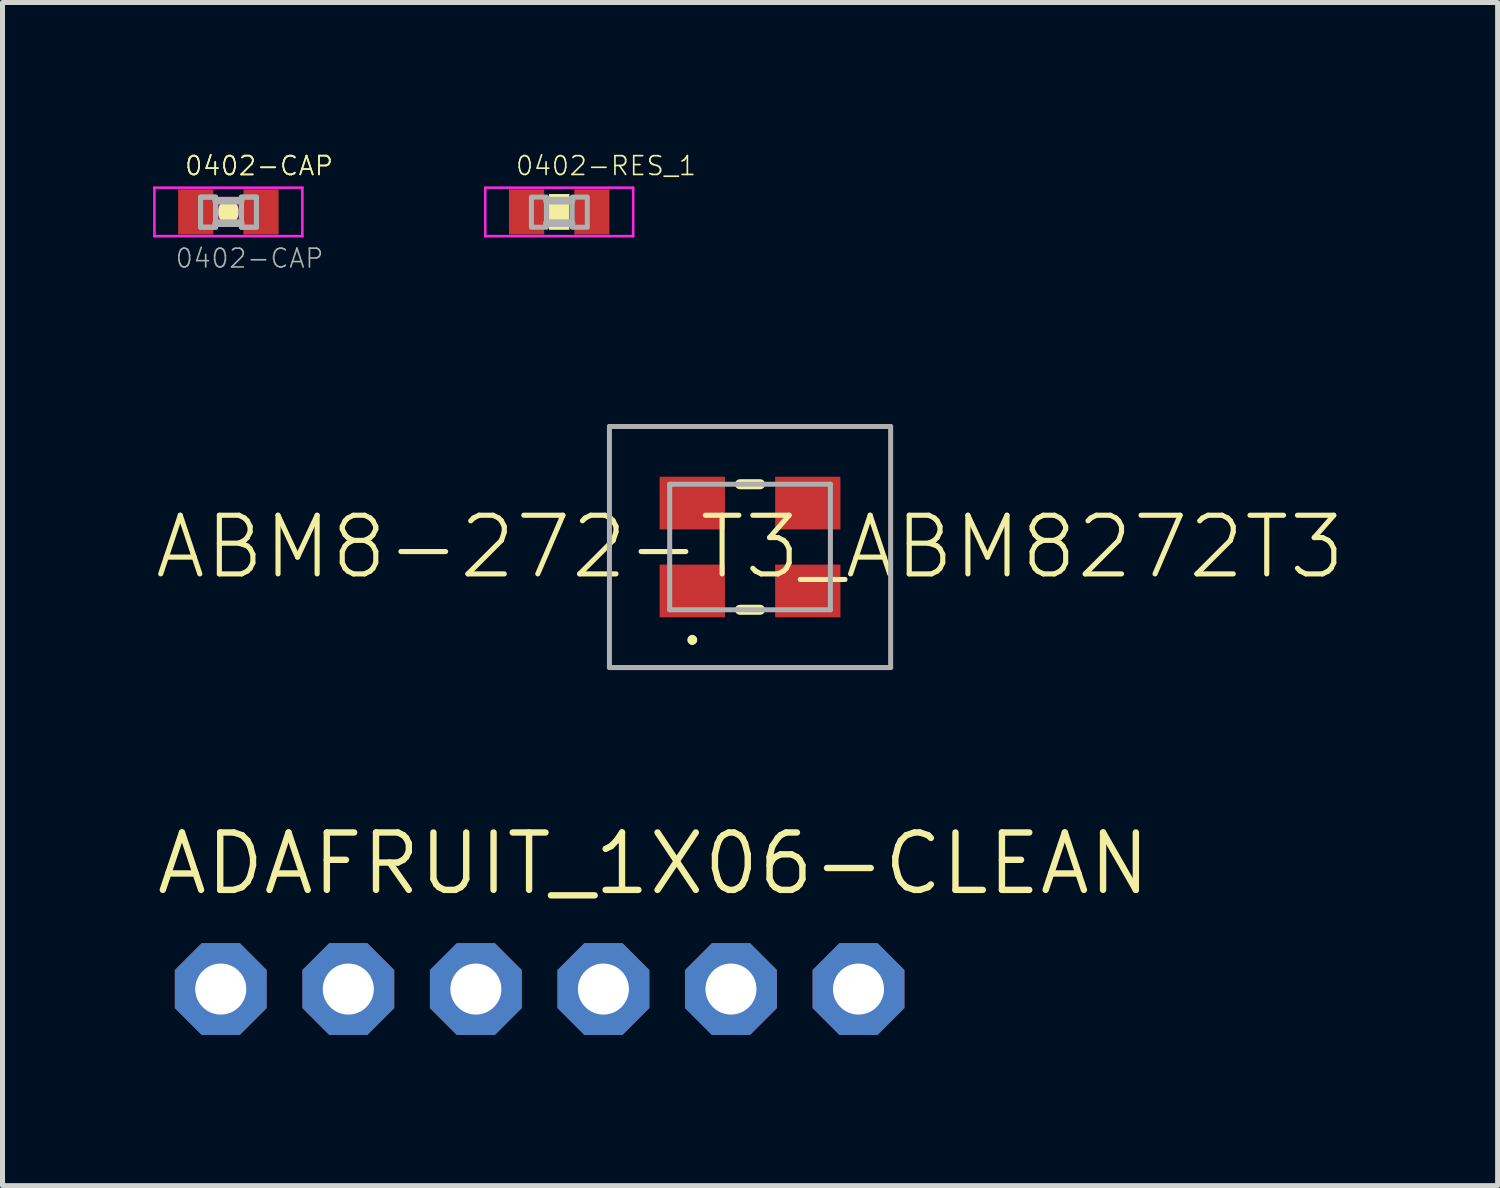
<source format=kicad_pcb>
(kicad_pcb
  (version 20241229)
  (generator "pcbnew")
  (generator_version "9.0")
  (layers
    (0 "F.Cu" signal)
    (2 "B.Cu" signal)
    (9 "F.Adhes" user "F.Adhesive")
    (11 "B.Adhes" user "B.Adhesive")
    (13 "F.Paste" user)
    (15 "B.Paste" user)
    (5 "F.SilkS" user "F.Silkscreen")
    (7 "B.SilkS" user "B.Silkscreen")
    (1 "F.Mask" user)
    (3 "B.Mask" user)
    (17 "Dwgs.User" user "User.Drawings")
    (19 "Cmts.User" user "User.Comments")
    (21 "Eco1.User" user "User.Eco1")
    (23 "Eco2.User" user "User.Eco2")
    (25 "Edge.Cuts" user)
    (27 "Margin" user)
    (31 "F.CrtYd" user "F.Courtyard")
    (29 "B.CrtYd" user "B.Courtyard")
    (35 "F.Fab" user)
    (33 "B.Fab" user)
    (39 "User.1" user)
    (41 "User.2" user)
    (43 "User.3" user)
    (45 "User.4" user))
  (footprint "ABM8-272-T3_ABM8272T3"
    (layer "F.Cu")
    (at 11.886 7.843)
    (property "Reference" "ABM8-272-T3_ABM8272T3" (at 0 0 0) (unlocked yes) (layer "F.SilkS") (effects (font (size 1.168 1.168) (thickness 0.102))))
    (fp_line (start -0.2 -1.25) (end 0.2 -1.25) (stroke (width 0.2) (type solid)) (layer "F.SilkS"))
    (fp_line (start -0.2 1.25) (end 0.2 1.25) (stroke (width 0.2) (type solid)) (layer "F.SilkS"))
    (fp_arc (start -1.15 1.8) (mid -1.1 1.85) (end -1.15 1.9) (stroke (width 0.1) (type solid)) (layer "F.SilkS"))
    (fp_arc (start -1.15 1.9) (mid -1.2 1.85) (end -1.15 1.8) (stroke (width 0.1) (type solid)) (layer "F.SilkS"))
    (fp_line (start -2.8 -2.4) (end 2.8 -2.4) (stroke (width 0.1) (type solid)) (layer "F.Fab"))
    (fp_line (start -2.8 2.4) (end -2.8 -2.4) (stroke (width 0.1) (type solid)) (layer "F.Fab"))
    (fp_line (start -1.6 -1.25) (end 1.6 -1.25) (stroke (width 0.1) (type solid)) (layer "F.Fab"))
    (fp_line (start -1.6 1.25) (end -1.6 -1.25) (stroke (width 0.1) (type solid)) (layer "F.Fab"))
    (fp_line (start 1.6 -1.25) (end 1.6 1.25) (stroke (width 0.1) (type solid)) (layer "F.Fab"))
    (fp_line (start 1.6 1.25) (end -1.6 1.25) (stroke (width 0.1) (type solid)) (layer "F.Fab"))
    (fp_line (start 2.8 -2.4) (end 2.8 2.4) (stroke (width 0.1) (type solid)) (layer "F.Fab"))
    (fp_line (start 2.8 2.4) (end -2.8 2.4) (stroke (width 0.1) (type solid)) (layer "F.Fab"))
    (pad "1" smd rect (at -1.15 0.875) (size 1.3 1.05) (layers "F.Cu" "F.Mask" "F.Paste"))
    (pad "2" smd rect (at 1.15 0.875) (size 1.3 1.05) (layers "F.Cu" "F.Mask" "F.Paste"))
    (pad "3" smd rect (at 1.15 -0.875) (size 1.3 1.05) (layers "F.Cu" "F.Mask" "F.Paste"))
    (pad "4" smd rect (at -1.15 -0.875) (size 1.3 1.05) (layers "F.Cu" "F.Mask" "F.Paste")))
  (footprint "ADAFRUIT_1X06-CLEAN"
    (layer "F.Cu")
    (at 7.696 16.646)
    (property "Reference" "ADAFRUIT_1X06-CLEAN" (at -7.696 -1.829 0) (unlocked yes) (layer "F.SilkS") (effects (font (size 1.143 1.143) (thickness 0.127)) (justify left bottom)))
    (fp_poly (pts (xy -6.604 0.254) (xy -6.096 0.254) (xy -6.096 -0.254) (xy -6.604 -0.254)) (stroke (width 0.1) (type default)) (fill no) (layer "F.Fab"))
    (fp_poly (pts (xy -4.064 0.254) (xy -3.556 0.254) (xy -3.556 -0.254) (xy -4.064 -0.254)) (stroke (width 0.1) (type default)) (fill no) (layer "F.Fab"))
    (fp_poly (pts (xy -1.524 0.254) (xy -1.016 0.254) (xy -1.016 -0.254) (xy -1.524 -0.254)) (stroke (width 0.1) (type default)) (fill no) (layer "F.Fab"))
    (fp_poly (pts (xy 1.016 0.254) (xy 1.524 0.254) (xy 1.524 -0.254) (xy 1.016 -0.254)) (stroke (width 0.1) (type default)) (fill no) (layer "F.Fab"))
    (fp_poly (pts (xy 3.556 0.254) (xy 4.064 0.254) (xy 4.064 -0.254) (xy 3.556 -0.254)) (stroke (width 0.1) (type default)) (fill no) (layer "F.Fab"))
    (fp_poly (pts (xy 6.096 0.254) (xy 6.604 0.254) (xy 6.604 -0.254) (xy 6.096 -0.254)) (stroke (width 0.1) (type default)) (fill no) (layer "F.Fab"))
    (pad "1" thru_hole roundrect (at -6.35 0 90) (size 1.829 1.829) (drill 1.016) (layers "*.Cu" "*.Mask") (roundrect_rratio 0.25) (chamfer_ratio 0.293) (chamfer top_left top_right bottom_left bottom_right))
    (pad "2" thru_hole roundrect (at -3.81 0 90) (size 1.829 1.829) (drill 1.016) (layers "*.Cu" "*.Mask") (roundrect_rratio 0.25) (chamfer_ratio 0.293) (chamfer top_left top_right bottom_left bottom_right))
    (pad "3" thru_hole roundrect (at -1.27 0 90) (size 1.829 1.829) (drill 1.016) (layers "*.Cu" "*.Mask") (roundrect_rratio 0.25) (chamfer_ratio 0.293) (chamfer top_left top_right bottom_left bottom_right))
    (pad "4" thru_hole roundrect (at 1.27 0 90) (size 1.829 1.829) (drill 1.016) (layers "*.Cu" "*.Mask") (roundrect_rratio 0.25) (chamfer_ratio 0.293) (chamfer top_left top_right bottom_left bottom_right))
    (pad "5" thru_hole roundrect (at 3.81 0 90) (size 1.829 1.829) (drill 1.016) (layers "*.Cu" "*.Mask") (roundrect_rratio 0.25) (chamfer_ratio 0.293) (chamfer top_left top_right bottom_left bottom_right))
    (pad "6" thru_hole roundrect (at 6.35 0 90) (size 1.829 1.829) (drill 1.016) (layers "*.Cu" "*.Mask") (roundrect_rratio 0.25) (chamfer_ratio 0.293) (chamfer top_left top_right bottom_left bottom_right)))
  (footprint "0402-CAP"
    (layer "F.Cu")
    (at 1.498 1.17)
    (property "Reference" "0402-CAP" (at -0.889 -0.699 0) (unlocked yes) (layer "F.SilkS") (effects (font (size 0.374 0.374) (thickness 0.033)) (justify left bottom)))
    (property "Value" "0402-CAP" (at -1.079 1.143 0) (unlocked yes) (layer "F.Fab") (hide yes) (effects (font (size 0.374 0.374) (thickness 0.033)) (justify left bottom)))
    (fp_line (start 0 -0.03) (end 0 0.03) (stroke (width 0.406) (type solid)) (layer "F.SilkS"))
    (fp_poly (pts (xy -0.2 0.3) (xy 0.2 0.3) (xy 0.2 -0.3) (xy -0.2 -0.3)) (stroke (width 0) (type default)) (fill yes) (layer "F.Adhes"))
    (fp_poly (pts (xy -0.2 0.3) (xy 0.2 0.3) (xy 0.2 -0.3) (xy -0.2 -0.3)) (stroke (width 0) (type default)) (fill yes) (layer "F.Adhes"))
    (fp_line (start -1.473 -0.483) (end 1.473 -0.483) (stroke (width 0.051) (type solid)) (layer "F.CrtYd"))
    (fp_line (start -1.473 0.483) (end -1.473 -0.483) (stroke (width 0.051) (type solid)) (layer "F.CrtYd"))
    (fp_line (start 1.473 -0.483) (end 1.473 0.483) (stroke (width 0.051) (type solid)) (layer "F.CrtYd"))
    (fp_line (start 1.473 0.483) (end -1.473 0.483) (stroke (width 0.051) (type solid)) (layer "F.CrtYd"))
    (fp_line (start -0.245 -0.224) (end 0.245 -0.224) (stroke (width 0.152) (type solid)) (layer "F.Fab"))
    (fp_line (start 0.245 0.224) (end -0.245 0.224) (stroke (width 0.152) (type solid)) (layer "F.Fab"))
    (fp_poly (pts (xy -0.554 0.305) (xy -0.254 0.305) (xy -0.254 -0.295) (xy -0.554 -0.295)) (stroke (width 0.1) (type default)) (fill no) (layer "F.Fab"))
    (fp_poly (pts (xy -0.554 0.305) (xy -0.254 0.305) (xy -0.254 -0.295) (xy -0.554 -0.295)) (stroke (width 0.1) (type default)) (fill no) (layer "F.Fab"))
    (fp_poly (pts (xy 0.259 0.305) (xy 0.559 0.305) (xy 0.559 -0.295) (xy 0.259 -0.295)) (stroke (width 0.1) (type default)) (fill no) (layer "F.Fab"))
    (fp_poly (pts (xy 0.259 0.305) (xy 0.559 0.305) (xy 0.559 -0.295) (xy 0.259 -0.295)) (stroke (width 0.1) (type default)) (fill no) (layer "F.Fab"))
    (fp_text user "${REFERENCE}" (at -0.889 -0.699 0) (unlocked yes) (layer "F.SilkS") (effects (font (size 0.374 0.374) (thickness 0.033)) (justify left bottom)))
    (fp_text user "${VALUE}" (at -1.079 1.143 0) (unlocked yes) (layer "F.Fab") (effects (font (size 0.374 0.374) (thickness 0.033)) (justify left bottom)))
    (pad "1" smd rect (at -0.65 0) (size 0.7 0.9) (layers "F.Cu" "F.Mask" "F.Paste"))
    (pad "2" smd rect (at 0.65 0) (size 0.7 0.9) (layers "F.Cu" "F.Mask" "F.Paste")))
  (footprint "0402-RES_1"
    (layer "F.Cu")
    (at 8.086 1.17)
    (property "Reference" "0402-RES_1" (at -0.889 -0.699 0) (unlocked yes) (layer "F.SilkS") (effects (font (size 0.374 0.374) (thickness 0.033)) (justify left bottom)))
    (fp_poly (pts (xy -0.203 0.356) (xy 0.203 0.356) (xy 0.203 -0.356) (xy -0.203 -0.356)) (stroke (width 0) (type default)) (fill yes) (layer "F.SilkS"))
    (fp_poly (pts (xy -0.2 0.3) (xy 0.2 0.3) (xy 0.2 -0.3) (xy -0.2 -0.3)) (stroke (width 0) (type default)) (fill yes) (layer "F.Adhes"))
    (fp_line (start -1.473 -0.483) (end 1.473 -0.483) (stroke (width 0.051) (type solid)) (layer "F.CrtYd"))
    (fp_line (start -1.473 0.483) (end -1.473 -0.483) (stroke (width 0.051) (type solid)) (layer "F.CrtYd"))
    (fp_line (start 1.473 -0.483) (end 1.473 0.483) (stroke (width 0.051) (type solid)) (layer "F.CrtYd"))
    (fp_line (start 1.473 0.483) (end -1.473 0.483) (stroke (width 0.051) (type solid)) (layer "F.CrtYd"))
    (fp_line (start -0.245 -0.224) (end 0.245 -0.224) (stroke (width 0.152) (type solid)) (layer "F.Fab"))
    (fp_line (start 0.245 0.224) (end -0.245 0.224) (stroke (width 0.152) (type solid)) (layer "F.Fab"))
    (fp_poly (pts (xy -0.554 0.305) (xy -0.254 0.305) (xy -0.254 -0.295) (xy -0.554 -0.295)) (stroke (width 0.1) (type default)) (fill no) (layer "F.Fab"))
    (fp_poly (pts (xy 0.259 0.305) (xy 0.559 0.305) (xy 0.559 -0.295) (xy 0.259 -0.295)) (stroke (width 0.1) (type default)) (fill no) (layer "F.Fab"))
    (pad "1" smd rect (at -0.65 0) (size 0.7 0.9) (layers "F.Cu" "F.Mask" "F.Paste"))
    (pad "2" smd rect (at 0.65 0) (size 0.7 0.9) (layers "F.Cu" "F.Mask" "F.Paste")))
  (gr_rect
    (start -3 -3)
    (end 26.773 20.56)
    (stroke (width 0.1) (type default))
    (fill no)
    (layer "Edge.Cuts")))
</source>
